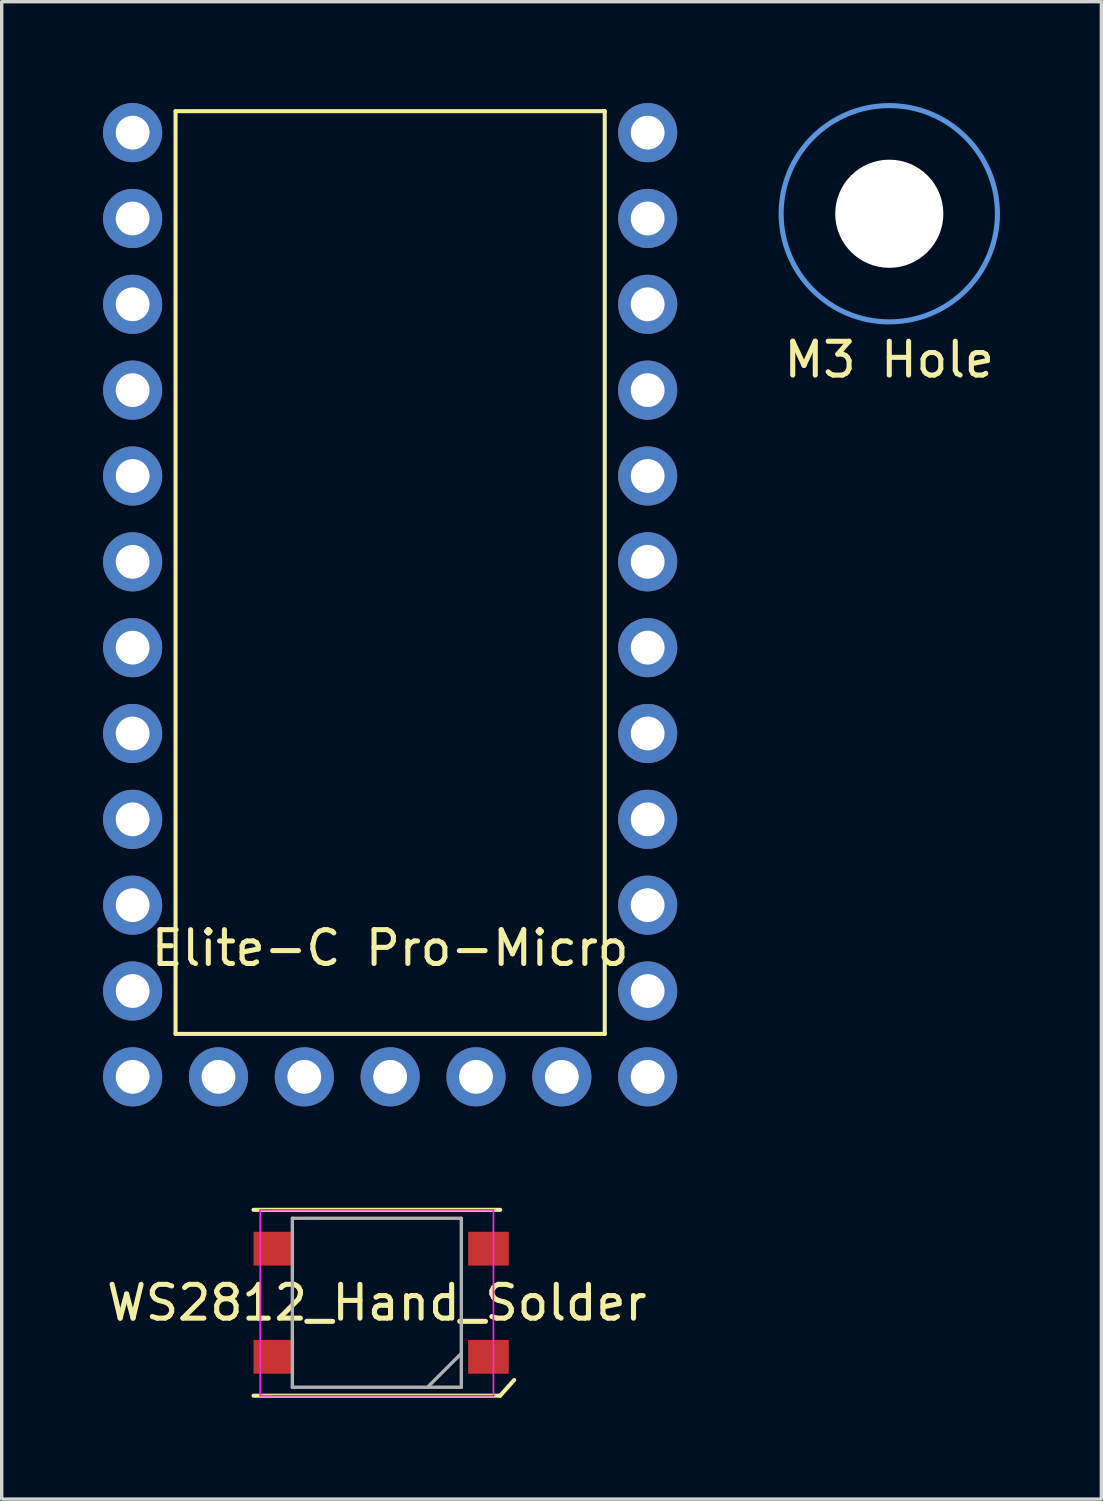
<source format=kicad_pcb>
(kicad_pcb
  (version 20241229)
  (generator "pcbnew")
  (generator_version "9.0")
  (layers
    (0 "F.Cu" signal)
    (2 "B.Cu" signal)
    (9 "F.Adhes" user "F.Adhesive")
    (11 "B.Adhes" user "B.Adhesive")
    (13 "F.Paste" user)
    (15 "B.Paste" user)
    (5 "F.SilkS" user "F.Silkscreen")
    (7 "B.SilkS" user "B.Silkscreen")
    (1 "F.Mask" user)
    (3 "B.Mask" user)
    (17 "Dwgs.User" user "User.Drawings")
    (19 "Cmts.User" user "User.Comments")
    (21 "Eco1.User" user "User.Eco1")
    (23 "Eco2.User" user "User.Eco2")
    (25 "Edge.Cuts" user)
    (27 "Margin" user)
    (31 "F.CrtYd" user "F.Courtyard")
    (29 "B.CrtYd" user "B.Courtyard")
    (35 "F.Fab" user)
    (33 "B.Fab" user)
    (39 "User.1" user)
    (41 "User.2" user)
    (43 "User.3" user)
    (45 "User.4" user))
  (footprint "Elite-C Pro-Micro"
    (layer "F.Cu")
    (at 8.495 5.955)
    (property "Reference" "Elite-C Pro-Micro" (at 0 19.05 0) (layer "F.SilkS") (effects (font (size 1 1) (thickness 0.15))))
    (attr through_hole)
    (fp_line (start -6.35 -5.715) (end -6.35 21.59) (stroke (width 0.12) (type solid)) (layer "F.SilkS"))
    (fp_line (start -6.35 21.59) (end 6.35 21.59) (stroke (width 0.12) (type solid)) (layer "F.SilkS"))
    (fp_line (start 6.35 -5.715) (end -6.35 -5.715) (stroke (width 0.12) (type solid)) (layer "F.SilkS"))
    (fp_line (start 6.35 21.59) (end 6.35 -5.715) (stroke (width 0.12) (type solid)) (layer "F.SilkS"))
    (pad "1" thru_hole circle (at -7.62 -5.08) (size 1.75 1.75) (drill 1) (layers "*.Cu" "*.Mask"))
    (pad "2" thru_hole circle (at -7.62 -2.54) (size 1.75 1.75) (drill 1) (layers "*.Cu" "*.Mask"))
    (pad "3" thru_hole circle (at -7.62 0) (size 1.75 1.75) (drill 1) (layers "*.Cu" "*.Mask"))
    (pad "4" thru_hole circle (at -7.62 2.54) (size 1.75 1.75) (drill 1) (layers "*.Cu" "*.Mask"))
    (pad "5" thru_hole circle (at -7.62 5.08) (size 1.75 1.75) (drill 1) (layers "*.Cu" "*.Mask"))
    (pad "6" thru_hole circle (at -7.62 7.62) (size 1.75 1.75) (drill 1) (layers "*.Cu" "*.Mask"))
    (pad "7" thru_hole circle (at -7.62 10.16) (size 1.75 1.75) (drill 1) (layers "*.Cu" "*.Mask"))
    (pad "8" thru_hole circle (at -7.62 12.7) (size 1.75 1.75) (drill 1) (layers "*.Cu" "*.Mask"))
    (pad "9" thru_hole circle (at -7.62 15.24) (size 1.75 1.75) (drill 1) (layers "*.Cu" "*.Mask"))
    (pad "10" thru_hole circle (at -7.62 17.78) (size 1.75 1.75) (drill 1) (layers "*.Cu" "*.Mask"))
    (pad "11" thru_hole circle (at -7.62 20.32) (size 1.75 1.75) (drill 1) (layers "*.Cu" "*.Mask"))
    (pad "12" thru_hole circle (at -7.62 22.86) (size 1.75 1.75) (drill 1) (layers "*.Cu" "*.Mask"))
    (pad "13" thru_hole circle (at -5.08 22.86) (size 1.75 1.75) (drill 1) (layers "*.Cu" "*.Mask"))
    (pad "14" thru_hole circle (at -2.54 22.86) (size 1.75 1.75) (drill 1) (layers "*.Cu" "*.Mask"))
    (pad "15" thru_hole circle (at 0 22.86) (size 1.75 1.75) (drill 1) (layers "*.Cu" "*.Mask"))
    (pad "16" thru_hole circle (at 2.54 22.86) (size 1.75 1.75) (drill 1) (layers "*.Cu" "*.Mask"))
    (pad "17" thru_hole circle (at 5.08 22.86) (size 1.75 1.75) (drill 1) (layers "*.Cu" "*.Mask"))
    (pad "18" thru_hole circle (at 7.62 22.86) (size 1.75 1.75) (drill 1) (layers "*.Cu" "*.Mask"))
    (pad "19" thru_hole circle (at 7.62 20.32) (size 1.75 1.75) (drill 1) (layers "*.Cu" "*.Mask"))
    (pad "20" thru_hole circle (at 7.62 17.78) (size 1.75 1.75) (drill 1) (layers "*.Cu" "*.Mask"))
    (pad "21" thru_hole circle (at 7.62 15.24) (size 1.75 1.75) (drill 1) (layers "*.Cu" "*.Mask"))
    (pad "22" thru_hole circle (at 7.62 12.7) (size 1.75 1.75) (drill 1) (layers "*.Cu" "*.Mask"))
    (pad "23" thru_hole circle (at 7.62 10.16) (size 1.75 1.75) (drill 1) (layers "*.Cu" "*.Mask"))
    (pad "24" thru_hole circle (at 7.62 7.62) (size 1.75 1.75) (drill 1) (layers "*.Cu" "*.Mask"))
    (pad "25" thru_hole circle (at 7.62 5.08) (size 1.75 1.75) (drill 1) (layers "*.Cu" "*.Mask"))
    (pad "26" thru_hole circle (at 7.62 2.54) (size 1.75 1.75) (drill 1) (layers "*.Cu" "*.Mask"))
    (pad "27" thru_hole circle (at 7.62 0) (size 1.75 1.75) (drill 1) (layers "*.Cu" "*.Mask"))
    (pad "28" thru_hole circle (at 7.62 -2.54) (size 1.75 1.75) (drill 1) (layers "*.Cu" "*.Mask"))
    (pad "29" thru_hole circle (at 7.62 -5.08) (size 1.75 1.75) (drill 1) (layers "*.Cu" "*.Mask")))
  (footprint "M3 Hole"
    (layer "F.Cu")
    (at 23.265 3.275)
    (property "Reference" "M3 Hole" (at 0 4.318 0) (layer "F.SilkS") (effects (font (size 1 1) (thickness 0.15))))
    (attr through_hole)
    (fp_circle (center 0 0) (end 3.2 0) (stroke (width 0.15) (type solid)) (fill no) (layer "Cmts.User"))
    (pad "" np_thru_hole circle (at 0 0) (size 3.2 3.2) (drill 3.2) (layers "*.Cu" "*.Mask")))
  (footprint "WS2812_Hand_Solder"
    (layer "F.Cu")
    (at 8.101 35.5)
    (property "Reference" "WS2812_Hand_Solder" (at 0 0 0) (layer "F.SilkS") (effects (font (size 1 1) (thickness 0.15))))
    (attr smd)
    (fp_line (start -3.65 -2.75) (end 3.65 -2.75) (stroke (width 0.12) (type solid)) (layer "F.SilkS"))
    (fp_line (start -3.65 2.75) (end 3.65 2.75) (stroke (width 0.12) (type solid)) (layer "F.SilkS"))
    (fp_line (start 3.65 2.75) (end 4.064 2.286) (stroke (width 0.12) (type solid)) (layer "F.SilkS"))
    (fp_line (start -3.45 -2.75) (end -3.45 2.75) (stroke (width 0.05) (type solid)) (layer "F.CrtYd"))
    (fp_line (start -3.45 2.75) (end 3.45 2.75) (stroke (width 0.05) (type solid)) (layer "F.CrtYd"))
    (fp_line (start 3.45 -2.75) (end -3.45 -2.75) (stroke (width 0.05) (type solid)) (layer "F.CrtYd"))
    (fp_line (start 3.45 2.75) (end 3.45 -2.75) (stroke (width 0.05) (type solid)) (layer "F.CrtYd"))
    (fp_line (start -2.5 -2.5) (end -2.5 2.5) (stroke (width 0.1) (type solid)) (layer "F.Fab"))
    (fp_line (start -2.5 2.5) (end 2.5 2.5) (stroke (width 0.1) (type solid)) (layer "F.Fab"))
    (fp_line (start 2.5 -2.5) (end -2.5 -2.5) (stroke (width 0.1) (type solid)) (layer "F.Fab"))
    (fp_line (start 2.5 1.5) (end 1.5 2.5) (stroke (width 0.1) (type solid)) (layer "F.Fab"))
    (fp_line (start 2.5 2.5) (end 2.5 -2.5) (stroke (width 0.1) (type solid)) (layer "F.Fab"))
    (pad "1" smd rect (at -3.048 -1.6 180) (size 1.2 1) (layers "F.Cu" "F.Mask" "F.Paste"))
    (pad "2" smd rect (at -3.048 1.6) (size 1.2 1) (layers "F.Cu" "F.Mask" "F.Paste"))
    (pad "3" smd rect (at 3.302 1.6) (size 1.2 1) (layers "F.Cu" "F.Mask" "F.Paste"))
    (pad "4" smd rect (at 3.302 -1.6) (size 1.2 1) (layers "F.Cu" "F.Mask" "F.Paste")))
  (gr_rect
    (start -3 -3)
    (end 29.54 41.31)
    (stroke (width 0.1) (type default))
    (fill no)
    (layer "Edge.Cuts")))
</source>
